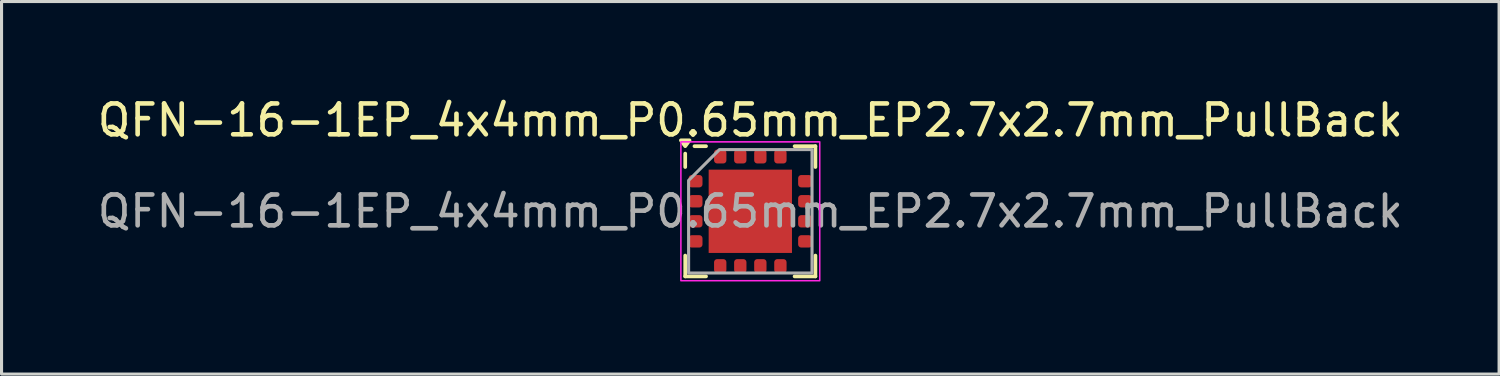
<source format=kicad_pcb>
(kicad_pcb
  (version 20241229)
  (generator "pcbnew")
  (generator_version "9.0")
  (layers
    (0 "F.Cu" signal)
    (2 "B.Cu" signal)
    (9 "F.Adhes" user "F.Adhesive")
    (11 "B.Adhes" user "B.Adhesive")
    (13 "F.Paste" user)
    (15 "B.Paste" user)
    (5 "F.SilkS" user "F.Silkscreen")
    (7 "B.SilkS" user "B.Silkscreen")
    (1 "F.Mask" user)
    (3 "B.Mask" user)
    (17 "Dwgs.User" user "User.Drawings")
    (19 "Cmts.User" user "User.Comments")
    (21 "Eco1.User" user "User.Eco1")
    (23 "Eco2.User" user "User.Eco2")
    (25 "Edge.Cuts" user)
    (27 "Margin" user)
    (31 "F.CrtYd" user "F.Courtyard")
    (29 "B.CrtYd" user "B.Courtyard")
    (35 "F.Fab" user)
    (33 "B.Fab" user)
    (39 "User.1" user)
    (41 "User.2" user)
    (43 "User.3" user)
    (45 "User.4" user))
  (footprint "QFN-16-1EP_4x4mm_P0.65mm_EP2.7x2.7mm_PullBack"
    (layer "F.Cu")
    (at 21.268 3.798)
    (property "Reference" "QFN-16-1EP_4x4mm_P0.65mm_EP2.7x2.7mm_PullBack" (at 0 -2.95 0) (layer "F.SilkS") (effects (font (size 1 1) (thickness 0.15))))
    (attr smd)
    (fp_line (start -2.11 -1.435) (end -2.11 -1.87) (stroke (width 0.12) (type solid)) (layer "F.SilkS"))
    (fp_line (start -2.11 2.11) (end -2.11 1.435) (stroke (width 0.12) (type solid)) (layer "F.SilkS"))
    (fp_line (start -1.435 -2.11) (end -1.81 -2.11) (stroke (width 0.12) (type solid)) (layer "F.SilkS"))
    (fp_line (start -1.435 2.11) (end -2.11 2.11) (stroke (width 0.12) (type solid)) (layer "F.SilkS"))
    (fp_line (start 1.435 -2.11) (end 2.11 -2.11) (stroke (width 0.12) (type solid)) (layer "F.SilkS"))
    (fp_line (start 1.435 2.11) (end 2.11 2.11) (stroke (width 0.12) (type solid)) (layer "F.SilkS"))
    (fp_line (start 2.11 -2.11) (end 2.11 -1.435) (stroke (width 0.12) (type solid)) (layer "F.SilkS"))
    (fp_line (start 2.11 2.11) (end 2.11 1.435) (stroke (width 0.12) (type solid)) (layer "F.SilkS"))
    (fp_poly (pts (xy -2.11 -2.11) (xy -2.25 -2.3) (xy -1.97 -2.3)) (stroke (width 0.12) (type solid)) (fill yes) (layer "F.SilkS"))
    (fp_rect (start 2.25 2.25) (end -2.25 -2.25) (stroke (width 0.05) (type solid)) (fill no) (layer "F.CrtYd"))
    (fp_poly (pts (xy -2 -1) (xy -2 2) (xy 2 2) (xy 2 -2) (xy -1 -2)) (stroke (width 0.1) (type solid)) (fill no) (layer "F.Fab"))
    (fp_text user "${REFERENCE}" (at 0 0 0) (layer "F.Fab") (effects (font (size 1 1) (thickness 0.15))))
    (pad "" smd roundrect (at -0.675 -0.675) (size 1.09 1.09) (layers "F.Paste") (roundrect_rratio 0.229))
    (pad "" smd roundrect (at -0.675 0.675) (size 1.09 1.09) (layers "F.Paste") (roundrect_rratio 0.229))
    (pad "" smd roundrect (at 0.675 -0.675) (size 1.09 1.09) (layers "F.Paste") (roundrect_rratio 0.229))
    (pad "" smd roundrect (at 0.675 0.675) (size 1.09 1.09) (layers "F.Paste") (roundrect_rratio 0.229))
    (pad "1" smd roundrect (at -1.775 -0.975) (size 0.45 0.4) (layers "F.Cu" "F.Mask" "F.Paste") (roundrect_rratio 0.25))
    (pad "2" smd roundrect (at -1.775 -0.325) (size 0.45 0.4) (layers "F.Cu" "F.Mask" "F.Paste") (roundrect_rratio 0.25))
    (pad "3" smd roundrect (at -1.775 0.325) (size 0.45 0.4) (layers "F.Cu" "F.Mask" "F.Paste") (roundrect_rratio 0.25))
    (pad "4" smd roundrect (at -1.775 0.975) (size 0.45 0.4) (layers "F.Cu" "F.Mask" "F.Paste") (roundrect_rratio 0.25))
    (pad "5" smd roundrect (at -0.975 1.775) (size 0.4 0.45) (layers "F.Cu" "F.Mask" "F.Paste") (roundrect_rratio 0.25))
    (pad "6" smd roundrect (at -0.325 1.775) (size 0.4 0.45) (layers "F.Cu" "F.Mask" "F.Paste") (roundrect_rratio 0.25))
    (pad "7" smd roundrect (at 0.325 1.775) (size 0.4 0.45) (layers "F.Cu" "F.Mask" "F.Paste") (roundrect_rratio 0.25))
    (pad "8" smd roundrect (at 0.975 1.775) (size 0.4 0.45) (layers "F.Cu" "F.Mask" "F.Paste") (roundrect_rratio 0.25))
    (pad "9" smd roundrect (at 1.775 0.975) (size 0.45 0.4) (layers "F.Cu" "F.Mask" "F.Paste") (roundrect_rratio 0.25))
    (pad "10" smd roundrect (at 1.775 0.325) (size 0.45 0.4) (layers "F.Cu" "F.Mask" "F.Paste") (roundrect_rratio 0.25))
    (pad "11" smd roundrect (at 1.775 -0.325) (size 0.45 0.4) (layers "F.Cu" "F.Mask" "F.Paste") (roundrect_rratio 0.25))
    (pad "12" smd roundrect (at 1.775 -0.975) (size 0.45 0.4) (layers "F.Cu" "F.Mask" "F.Paste") (roundrect_rratio 0.25))
    (pad "13" smd roundrect (at 0.975 -1.775) (size 0.4 0.45) (layers "F.Cu" "F.Mask" "F.Paste") (roundrect_rratio 0.25))
    (pad "14" smd roundrect (at 0.325 -1.775) (size 0.4 0.45) (layers "F.Cu" "F.Mask" "F.Paste") (roundrect_rratio 0.25))
    (pad "15" smd roundrect (at -0.325 -1.775) (size 0.4 0.45) (layers "F.Cu" "F.Mask" "F.Paste") (roundrect_rratio 0.25))
    (pad "16" smd roundrect (at -0.975 -1.775) (size 0.4 0.45) (layers "F.Cu" "F.Mask" "F.Paste") (roundrect_rratio 0.25))
    (pad "17" smd rect (at 0 0) (size 2.7 2.7) (property pad_prop_heatsink) (layers "F.Cu" "F.Mask")))
  (gr_rect
    (start -3 -3)
    (end 45.536 9.073)
    (stroke (width 0.1) (type default))
    (fill no)
    (layer "Edge.Cuts")))
</source>
